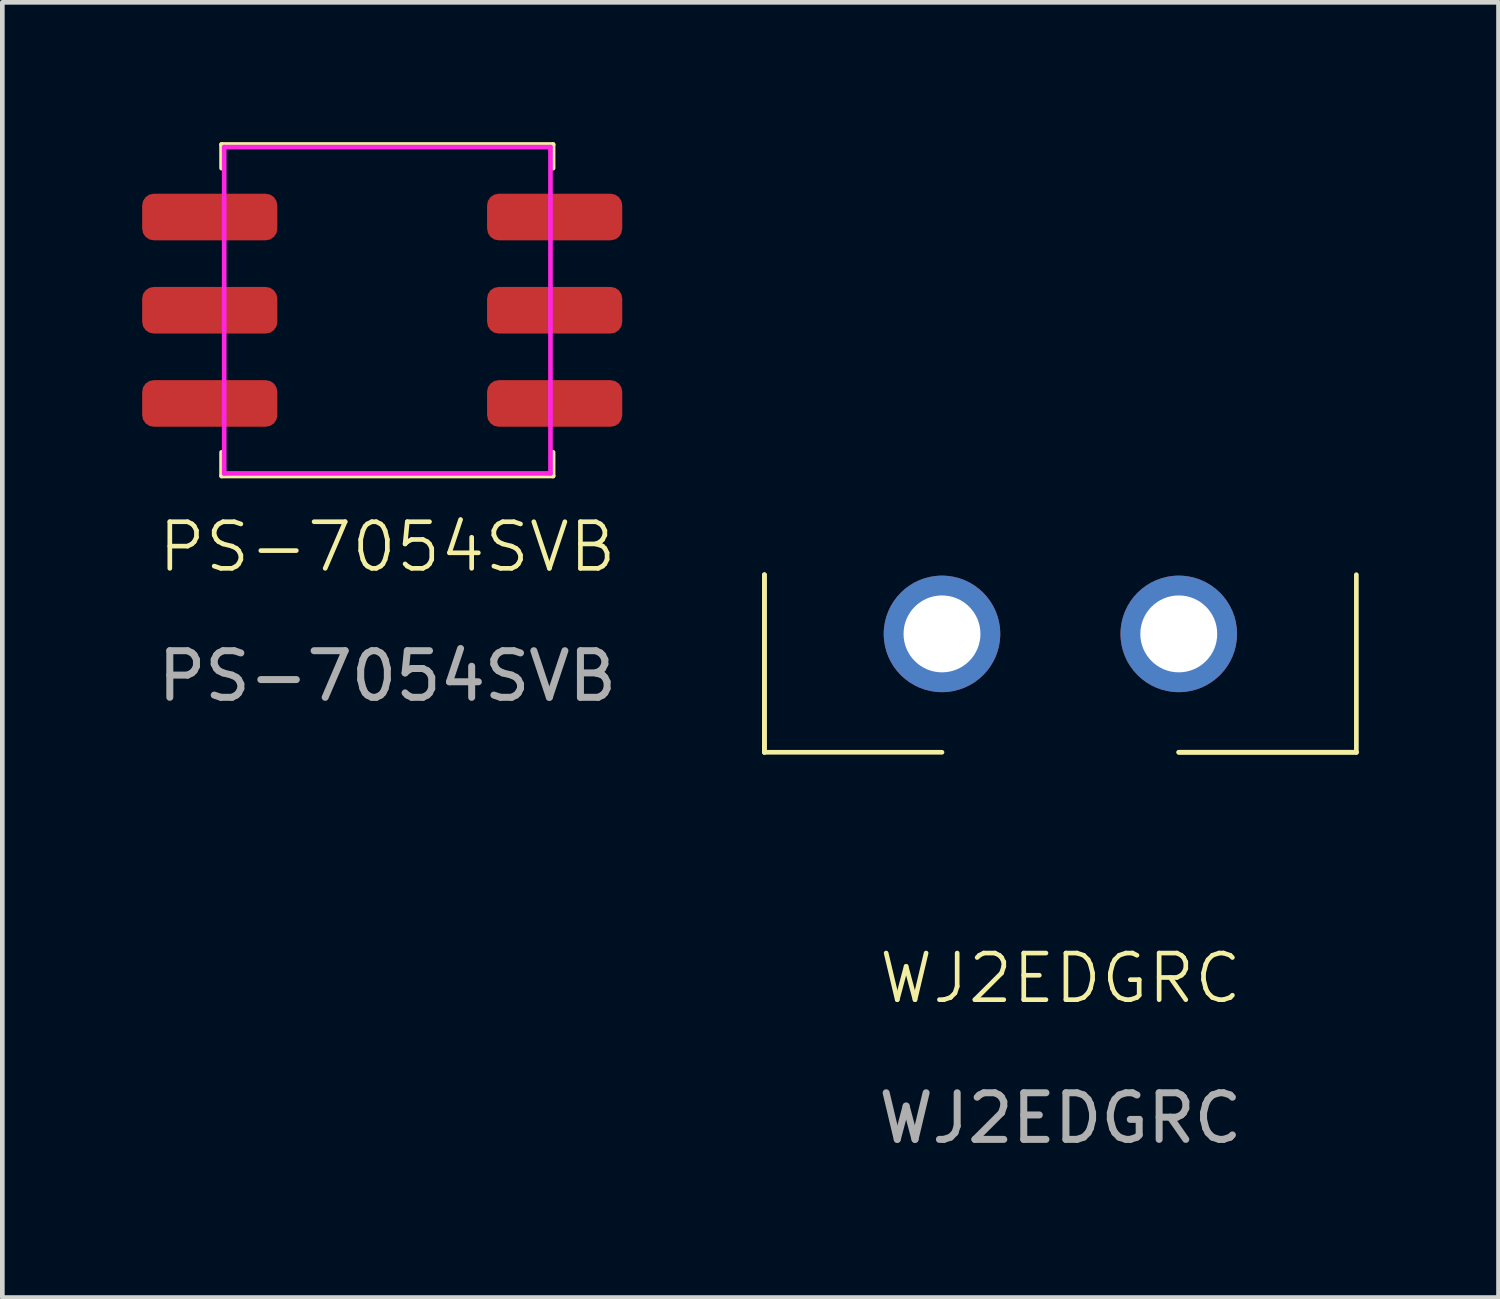
<source format=kicad_pcb>
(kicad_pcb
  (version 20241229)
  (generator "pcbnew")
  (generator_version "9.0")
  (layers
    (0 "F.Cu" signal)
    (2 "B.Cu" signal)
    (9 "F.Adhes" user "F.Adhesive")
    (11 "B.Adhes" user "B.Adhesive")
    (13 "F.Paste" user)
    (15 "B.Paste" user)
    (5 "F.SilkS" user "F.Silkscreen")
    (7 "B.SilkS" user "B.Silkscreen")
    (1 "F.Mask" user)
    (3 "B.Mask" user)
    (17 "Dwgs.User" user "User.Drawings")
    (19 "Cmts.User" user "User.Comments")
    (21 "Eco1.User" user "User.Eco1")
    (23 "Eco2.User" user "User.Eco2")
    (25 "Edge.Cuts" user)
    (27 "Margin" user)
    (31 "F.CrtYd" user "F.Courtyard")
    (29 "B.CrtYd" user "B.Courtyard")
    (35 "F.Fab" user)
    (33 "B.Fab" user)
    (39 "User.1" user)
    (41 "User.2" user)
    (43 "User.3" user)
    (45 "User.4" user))
  (footprint "WJ2EDGRC"
    (layer "F.Cu")
    (at 19.7 10.55)
    (property "Reference" "WJ2EDGRC" (at 0 7.39 0) (unlocked yes) (layer "F.SilkS") (effects (font (size 1 1) (thickness 0.1))))
    (attr through_hole)
    (fp_line (start -6.35 -1.27) (end -6.35 2.54) (stroke (width 0.1) (type default)) (layer "F.SilkS"))
    (fp_line (start -6.35 2.54) (end -6.35 -1.27) (stroke (width 0.1) (type default)) (layer "F.SilkS"))
    (fp_line (start -6.35 2.54) (end -2.54 2.54) (stroke (width 0.1) (type default)) (layer "F.SilkS"))
    (fp_line (start 2.54 2.54) (end 6.35 2.54) (stroke (width 0.1) (type default)) (layer "F.SilkS"))
    (fp_line (start 6.35 2.54) (end 2.54 2.54) (stroke (width 0.1) (type default)) (layer "F.SilkS"))
    (fp_line (start 6.35 2.54) (end 6.35 -1.27) (stroke (width 0.1) (type default)) (layer "F.SilkS"))
    (fp_line (start -6.03 -10.5) (end 6.03 -10.5) (stroke (width 0.1) (type default)) (layer "User.1"))
    (fp_line (start -6.03 1.7) (end -6.03 -10.5) (stroke (width 0.1) (type default)) (layer "User.1"))
    (fp_line (start -6.03 1.7) (end 6.03 1.7) (stroke (width 0.1) (type default)) (layer "User.1"))
    (fp_line (start 6.03 1.7) (end 6.03 -10.5) (stroke (width 0.1) (type default)) (layer "User.1"))
    (fp_text user "${REFERENCE}" (at 0 10.39 0) (unlocked yes) (layer "F.Fab") (effects (font (size 1 1) (thickness 0.15))))
    (pad "1" thru_hole circle (at -2.54 0) (size 2.5 2.5) (drill 1.65) (layers "*.Cu" "*.Mask"))
    (pad "2" thru_hole circle (at 2.54 0) (size 2.5 2.5) (drill 1.65) (layers "*.Cu" "*.Mask")))
  (footprint "PS-7054SVB"
    (layer "F.Cu")
    (at 5.26 3.606)
    (property "Reference" "PS-7054SVB" (at 0 5.08 0) (unlocked yes) (layer "F.SilkS") (effects (font (size 1 1) (thickness 0.1))))
    (attr smd)
    (fp_line (start -3.556 -3.556) (end 3.556 -3.556) (stroke (width 0.1) (type default)) (layer "F.SilkS"))
    (fp_line (start -3.556 -3.048) (end -3.556 -3.556) (stroke (width 0.1) (type default)) (layer "F.SilkS"))
    (fp_line (start -3.556 3.048) (end -3.556 3.556) (stroke (width 0.1) (type default)) (layer "F.SilkS"))
    (fp_line (start -3.556 3.556) (end 3.556 3.556) (stroke (width 0.1) (type default)) (layer "F.SilkS"))
    (fp_line (start 3.556 -3.556) (end 3.556 -3.048) (stroke (width 0.1) (type default)) (layer "F.SilkS"))
    (fp_line (start 3.556 3.556) (end 3.556 3.048) (stroke (width 0.1) (type default)) (layer "F.SilkS"))
    (fp_line (start -3.5 -3.5) (end 3.5 -3.5) (stroke (width 0.1) (type default)) (layer "F.CrtYd"))
    (fp_line (start -3.5 3.5) (end -3.5 -3.5) (stroke (width 0.1) (type default)) (layer "F.CrtYd"))
    (fp_line (start -3.5 3.5) (end 3.5 3.5) (stroke (width 0.1) (type default)) (layer "F.CrtYd"))
    (fp_line (start 3.5 3.5) (end 3.5 -3.5) (stroke (width 0.1) (type default)) (layer "F.CrtYd"))
    (fp_text user "${REFERENCE}" (at 0 7.85 0) (unlocked yes) (layer "F.Fab") (effects (font (size 1 1) (thickness 0.15))))
    (pad "1" smd roundrect (at -3.81 2) (size 2.9 1) (layers "F.Cu" "F.Mask" "F.Paste") (roundrect_rratio 0.25))
    (pad "2" smd roundrect (at -3.81 0) (size 2.9 1) (layers "F.Cu" "F.Mask" "F.Paste") (roundrect_rratio 0.25))
    (pad "3" smd roundrect (at -3.81 -2) (size 2.9 1) (layers "F.Cu" "F.Mask" "F.Paste") (roundrect_rratio 0.25))
    (pad "4" smd roundrect (at 3.59 2) (size 2.9 1) (layers "F.Cu" "F.Mask" "F.Paste") (roundrect_rratio 0.25))
    (pad "5" smd roundrect (at 3.59 0) (size 2.9 1) (layers "F.Cu" "F.Mask" "F.Paste") (roundrect_rratio 0.25))
    (pad "6" smd roundrect (at 3.59 -2) (size 2.9 1) (layers "F.Cu" "F.Mask" "F.Paste") (roundrect_rratio 0.25)))
  (gr_rect
    (start -3 -3)
    (end 29.1 24.788)
    (stroke (width 0.1) (type default))
    (fill no)
    (layer "Edge.Cuts")))
</source>
